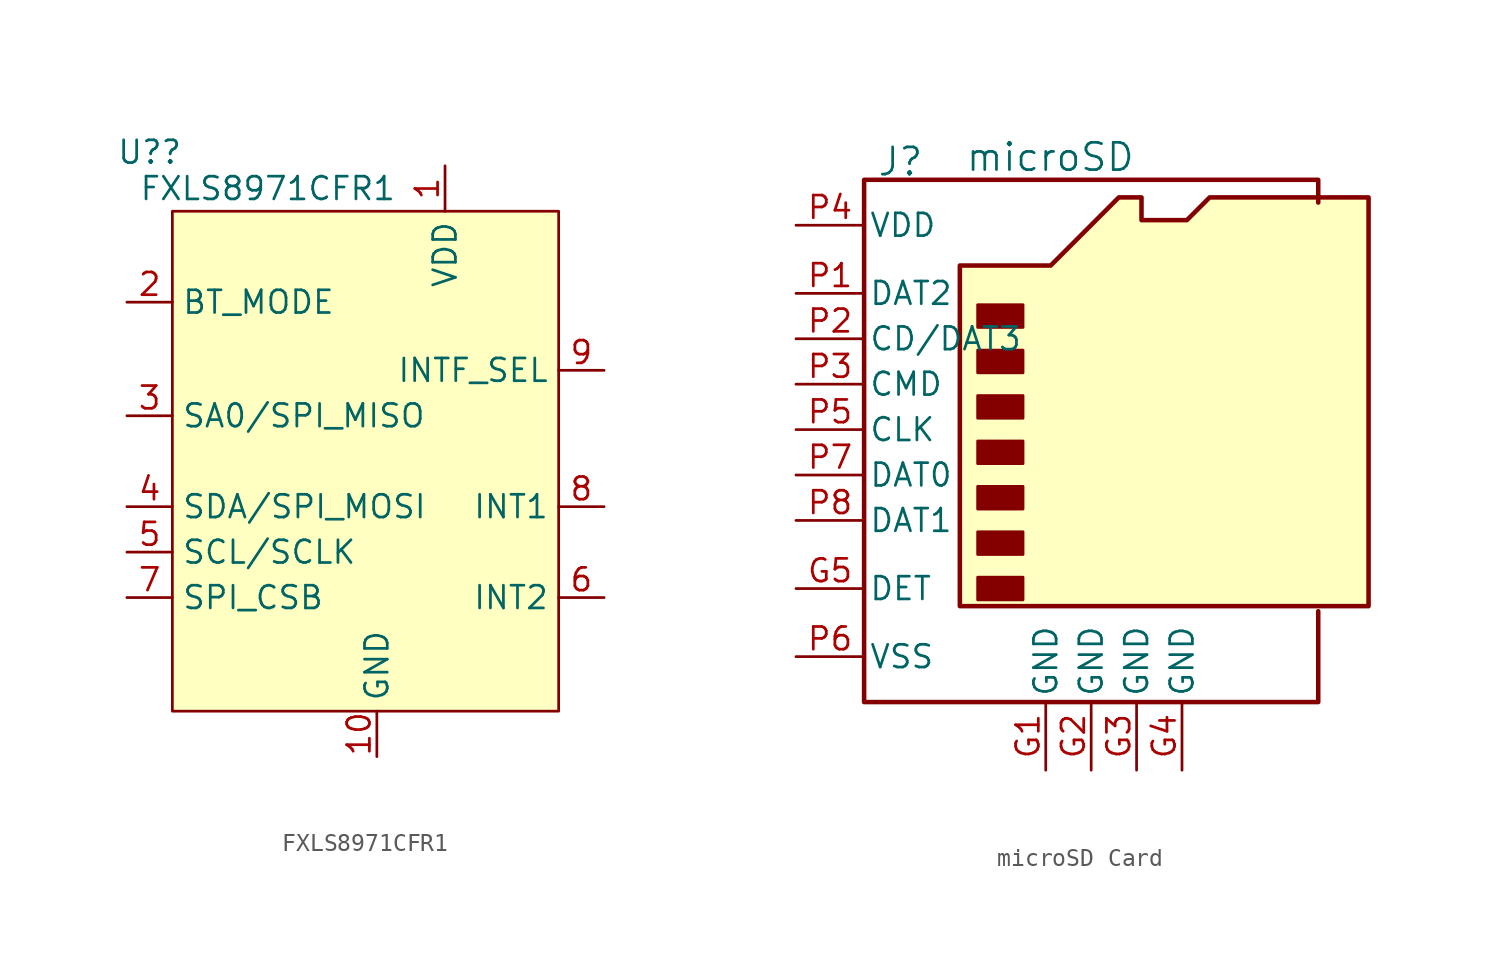
<source format=kicad_sym>
(kicad_symbol_lib
  (version 20241209)
  (generator "kicad_symbol_editor")
  (generator_version "9.0")
  (symbol "FXLS8971CFR1"
    (property "Reference" "U?"
      (at -12.7 12.192 0)
      (effects (font (size 1.27 1.27))))
    (property "Value" "FXLS8971CFR1"
      (at -6.096 10.16 0)
      (effects (font (size 1.27 1.27))))
    (symbol "FXLS8971CFR1_0_0"
      (pin unspecified line (at -13.97 3.81 0) (length 2.54) (name "BT_MODE" (effects (font (size 1.27 1.27)))) (number "2" (effects (font (size 1.27 1.27)))))
      (pin unspecified line (at -13.97 -2.54 0) (length 2.54) (name "SA0/SPI_MISO" (effects (font (size 1.27 1.27)))) (number "3" (effects (font (size 1.27 1.27)))))
      (pin unspecified line (at -13.97 -7.62 0) (length 2.54) (name "SDA/SPI_MOSI" (effects (font (size 1.27 1.27)))) (number "4" (effects (font (size 1.27 1.27)))))
      (pin unspecified line (at -13.97 -12.7 0) (length 2.54) (name "SPI_CSB" (effects (font (size 1.27 1.27)))) (number "7" (effects (font (size 1.27 1.27)))))
      (pin unspecified line (at 12.7 0 180) (length 2.54) (name "INTF_SEL" (effects (font (size 1.27 1.27)))) (number "9" (effects (font (size 1.27 1.27)))))
      (pin unspecified line (at 12.7 -7.62 180) (length 2.54) (name "INT1" (effects (font (size 1.27 1.27)))) (number "8" (effects (font (size 1.27 1.27)))))
      (pin unspecified line (at 12.7 -12.7 180) (length 2.54) (name "INT2" (effects (font (size 1.27 1.27)))) (number "6" (effects (font (size 1.27 1.27))))))
    (symbol "FXLS8971CFR1_1_0"
      (pin unspecified line (at -13.97 -10.16 0) (length 2.54) (name "SCL/SCLK" (effects (font (size 1.27 1.27)))) (number "5" (effects (font (size 1.27 1.27)))))
      (pin unspecified line (at 0 -21.59 90) (length 2.54) (name "GND" (effects (font (size 1.27 1.27)))) (number "10" (effects (font (size 1.27 1.27)))))
      (pin unspecified line (at 2.54 -21.59 90) (length 2.54) (hide yes) (name "n.c" (effects (font (size 1.27 1.27)))) (number "11" (effects (font (size 1.27 1.27)))))
      (pin unspecified line (at 3.81 11.43 270) (length 2.54) (name "VDD" (effects (font (size 1.27 1.27)))) (number "1" (effects (font (size 1.27 1.27)))))
      (pin unspecified line (at 5.08 -21.59 90) (length 2.54) (hide yes) (name "n.c" (effects (font (size 1.27 1.27)))) (number "12" (effects (font (size 1.27 1.27))))))
    (symbol "FXLS8971CFR1_1_1"
      (rectangle (start -11.43 8.89) (end 10.16 -19.05) (stroke (width 0) (type solid) (color 132 0 0 1)) (fill (type color) (color 255 255 194 1)))))
  (symbol "microSD Card"
    (pin_names
      (offset 0.254))
    (property "Reference" "J"
      (at 2.032 13.716 0)
      (effects (font (size 1.524 1.524))))
    (property "Value" "microSD"
      (at 10.414 13.97 0)
      (effects (font (size 1.524 1.524))))
    (symbol "microSD Card_0_1"
      (polyline (pts (xy 5.355 -11.144) (xy 5.355 7.906) (xy 10.435 7.906) (xy 14.245 11.716) (xy 15.515 11.716) (xy 15.515 10.446) (xy 18.055 10.446) (xy 19.325 11.716) (xy 28.215 11.716) (xy 28.215 -11.144) (xy 5.355 -11.144)) (stroke (width 0.254) (type default)) (fill (type background)))
      (rectangle (start 6.35 5.715) (end 8.89 4.445) (stroke (width 0) (type default)) (fill (type outline)))
      (rectangle (start 6.35 3.175) (end 8.89 1.905) (stroke (width 0) (type default)) (fill (type outline)))
      (rectangle (start 6.35 0.635) (end 8.89 -0.635) (stroke (width 0) (type default)) (fill (type outline)))
      (rectangle (start 6.35 -1.905) (end 8.89 -3.175) (stroke (width 0) (type default)) (fill (type outline)))
      (rectangle (start 6.35 -4.445) (end 8.89 -5.715) (stroke (width 0) (type default)) (fill (type outline)))
      (rectangle (start 6.35 -6.985) (end 8.89 -8.255) (stroke (width 0) (type default)) (fill (type outline)))
      (rectangle (start 6.35 -9.525) (end 8.89 -10.795) (stroke (width 0) (type default)) (fill (type outline)))
      (polyline (pts (xy 25.4 11.43) (xy 25.4 12.7) (xy 0 12.7) (xy 0 -16.51) (xy 25.4 -16.51) (xy 25.4 -11.43)) (stroke (width 0.254) (type default)) (fill (type none))))
    (symbol "microSD Card_1_1"
      (pin passive line (at -3.81 10.16 0) (length 3.81) (name "VDD" (effects (font (size 1.27 1.27)))) (number "P4" (effects (font (size 1.27 1.27)))))
      (pin passive line (at -3.81 6.35 0) (length 3.81) (name "DAT2" (effects (font (size 1.27 1.27)))) (number "P1" (effects (font (size 1.27 1.27)))))
      (pin passive line (at -3.81 3.81 0) (length 3.81) (name "CD/DAT3" (effects (font (size 1.27 1.27)))) (number "P2" (effects (font (size 1.27 1.27)))))
      (pin passive line (at -3.81 1.27 0) (length 3.81) (name "CMD" (effects (font (size 1.27 1.27)))) (number "P3" (effects (font (size 1.27 1.27)))))
      (pin passive line (at -3.81 -1.27 0) (length 3.81) (name "CLK" (effects (font (size 1.27 1.27)))) (number "P5" (effects (font (size 1.27 1.27)))))
      (pin passive line (at -3.81 -3.81 0) (length 3.81) (name "DAT0" (effects (font (size 1.27 1.27)))) (number "P7" (effects (font (size 1.27 1.27)))))
      (pin passive line (at -3.81 -6.35 0) (length 3.81) (name "DAT1" (effects (font (size 1.27 1.27)))) (number "P8" (effects (font (size 1.27 1.27)))))
      (pin passive line (at -3.81 -10.16 0) (length 3.81) (name "DET" (effects (font (size 1.27 1.27)))) (number "G5" (effects (font (size 1.27 1.27)))))
      (pin passive line (at -3.81 -13.97 0) (length 3.81) (name "VSS" (effects (font (size 1.27 1.27)))) (number "P6" (effects (font (size 1.27 1.27)))))
      (pin passive line (at 10.16 -20.32 90) (length 3.81) (name "GND" (effects (font (size 1.27 1.27)))) (number "G1" (effects (font (size 1.27 1.27)))))
      (pin passive line (at 12.7 -20.32 90) (length 3.81) (name "GND" (effects (font (size 1.27 1.27)))) (number "G2" (effects (font (size 1.27 1.27)))))
      (pin passive line (at 15.24 -20.32 90) (length 3.81) (name "GND" (effects (font (size 1.27 1.27)))) (number "G3" (effects (font (size 1.27 1.27)))))
      (pin passive line (at 17.78 -20.32 90) (length 3.81) (name "GND" (effects (font (size 1.27 1.27)))) (number "G4" (effects (font (size 1.27 1.27))))))))
</source>
